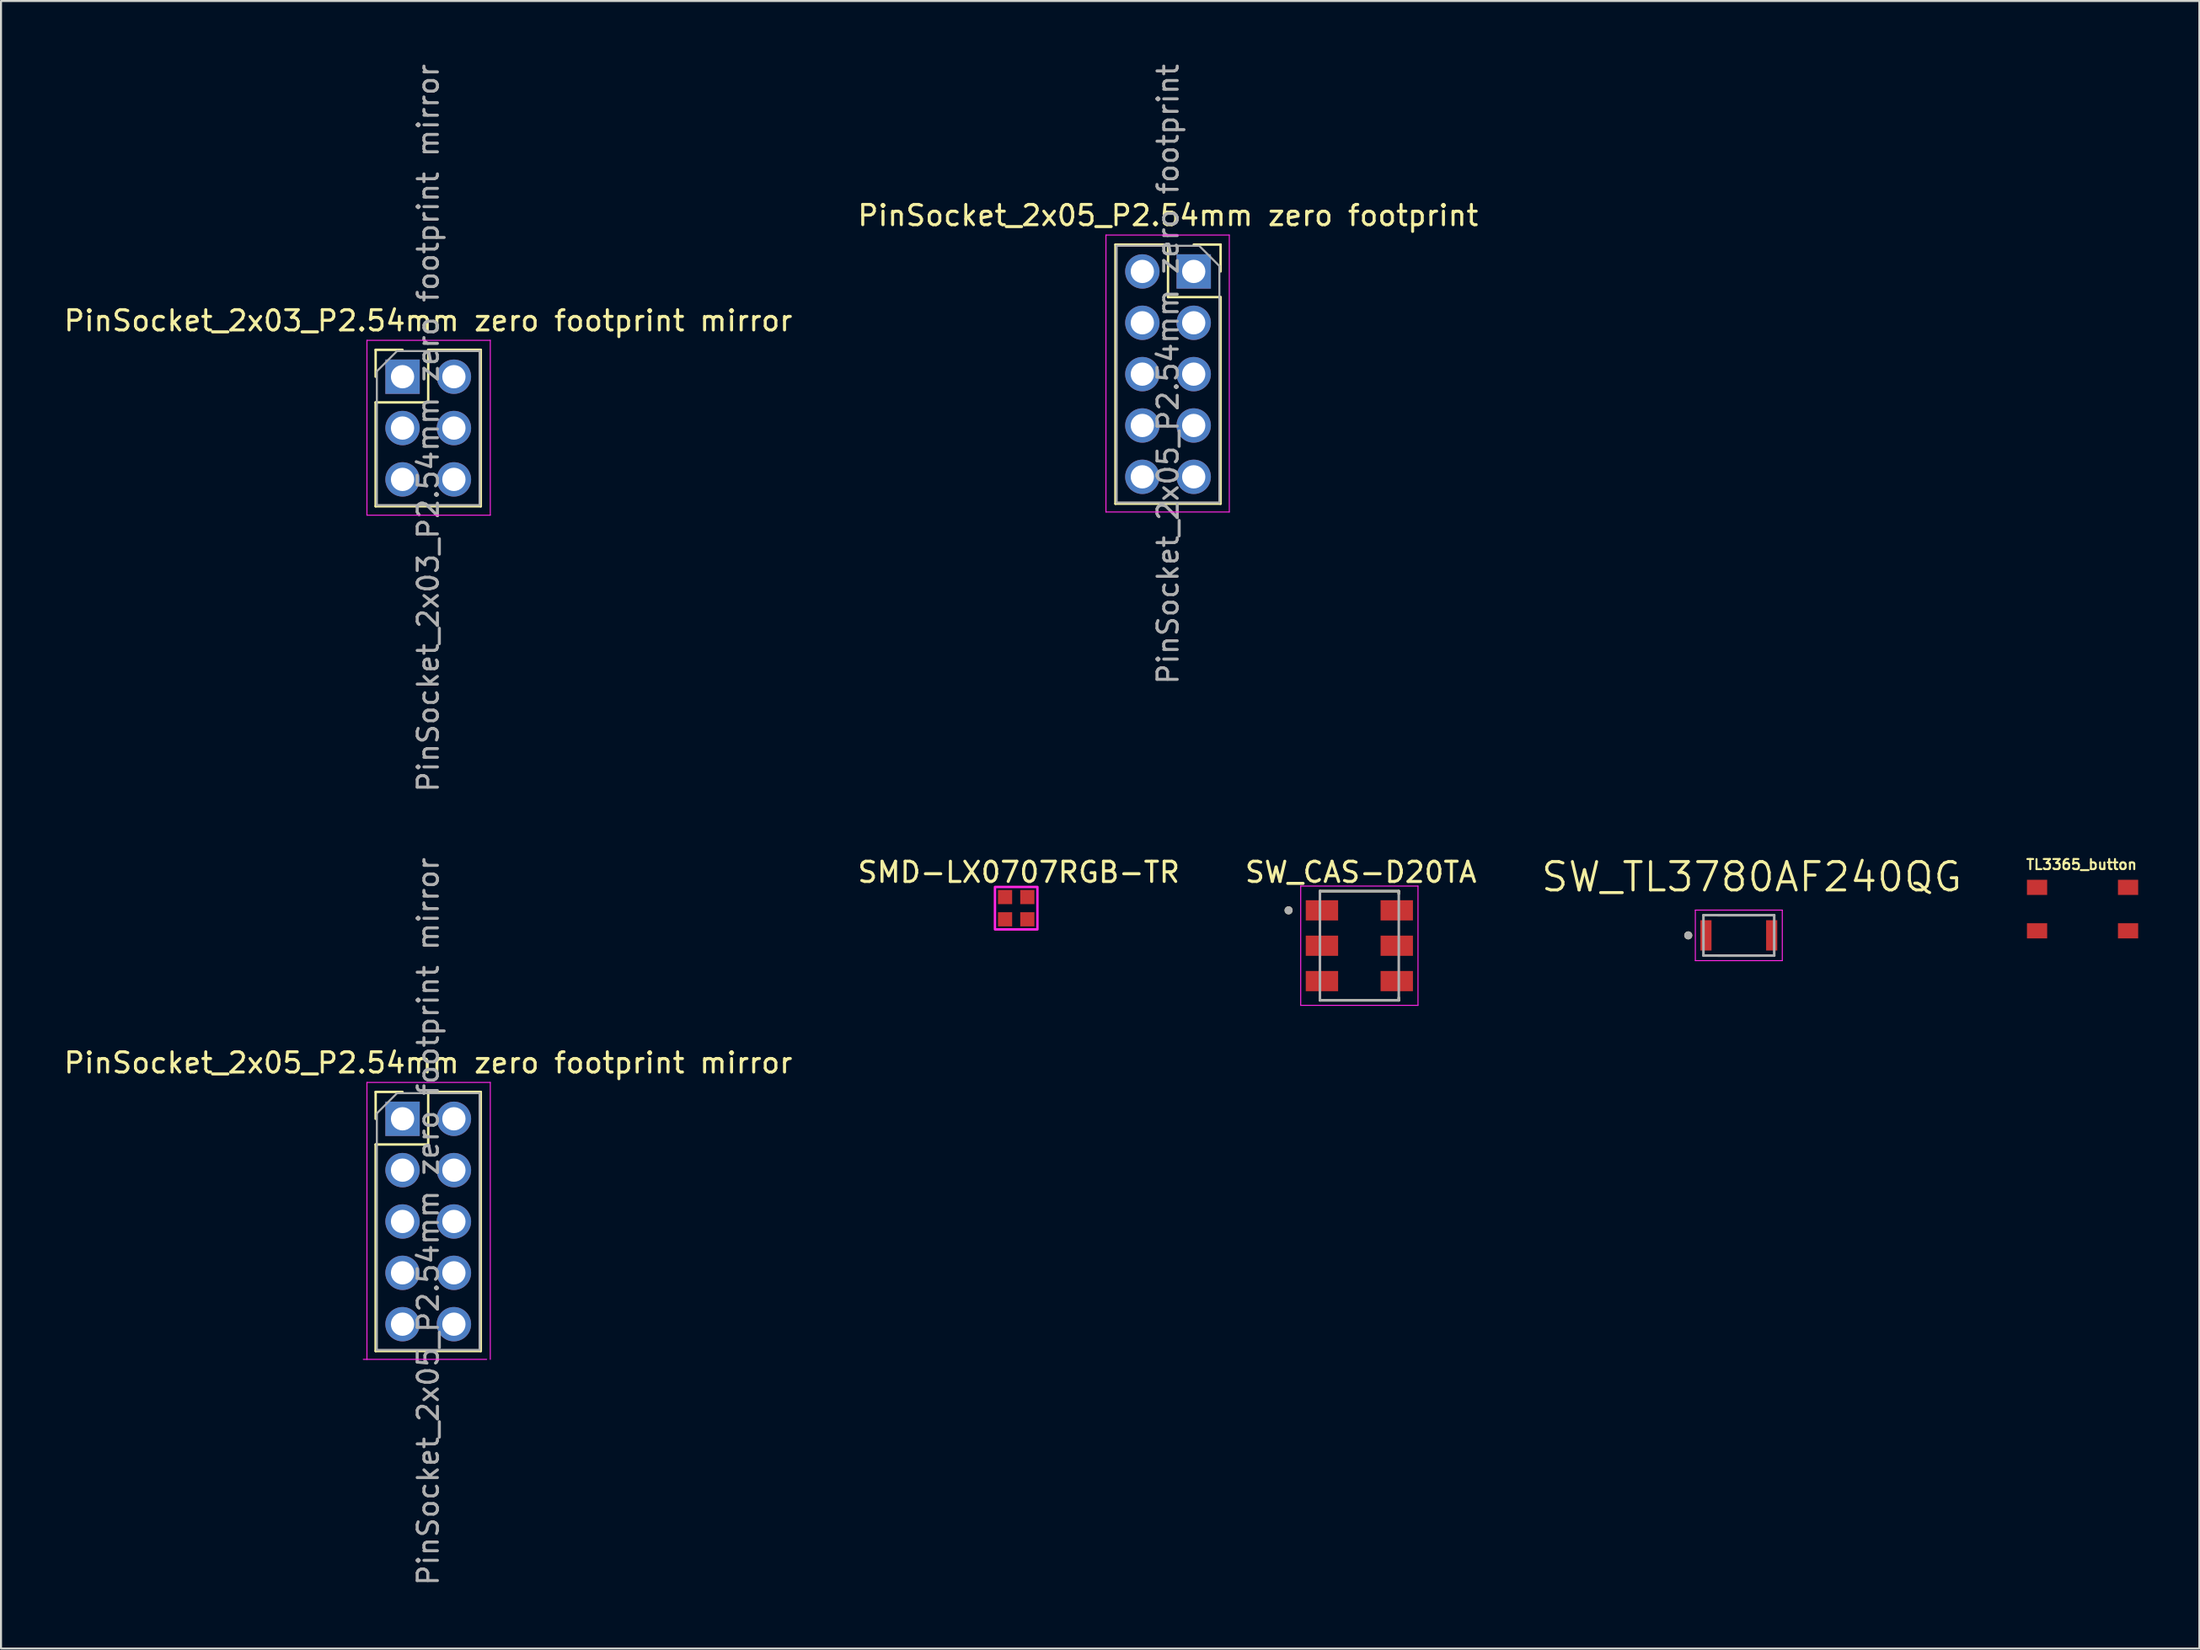
<source format=kicad_pcb>
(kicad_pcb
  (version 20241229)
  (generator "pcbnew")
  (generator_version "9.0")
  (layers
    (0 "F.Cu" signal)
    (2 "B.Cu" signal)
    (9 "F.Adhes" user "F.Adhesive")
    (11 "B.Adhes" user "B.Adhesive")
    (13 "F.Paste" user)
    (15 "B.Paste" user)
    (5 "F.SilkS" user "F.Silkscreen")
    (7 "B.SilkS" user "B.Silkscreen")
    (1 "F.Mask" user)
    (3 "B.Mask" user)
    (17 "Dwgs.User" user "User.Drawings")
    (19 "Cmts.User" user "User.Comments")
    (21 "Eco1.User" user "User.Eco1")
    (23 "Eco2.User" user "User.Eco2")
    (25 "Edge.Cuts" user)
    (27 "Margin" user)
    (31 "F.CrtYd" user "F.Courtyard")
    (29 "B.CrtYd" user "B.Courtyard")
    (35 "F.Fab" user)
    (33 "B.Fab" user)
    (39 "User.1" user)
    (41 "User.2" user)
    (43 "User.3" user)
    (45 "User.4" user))
  (footprint "SW_CAS-D20TA"
    (layer "F.Cu")
    (at 64.169 43.733)
    (property "Reference" "SW_CAS-D20TA" (at 0.075 -3.635 0) (layer "F.SilkS") (effects (font (size 1 1) (thickness 0.15))))
    (attr through_hole)
    (fp_line (start -1.95 -2.57) (end -1.95 -2.7) (stroke (width 0.127) (type solid)) (layer "F.SilkS"))
    (fp_line (start -1.95 2.57) (end -1.95 2.7) (stroke (width 0.127) (type solid)) (layer "F.SilkS"))
    (fp_line (start -1.95 2.7) (end 1.95 2.7) (stroke (width 0.127) (type solid)) (layer "F.SilkS"))
    (fp_line (start 1.95 -2.7) (end -1.95 -2.7) (stroke (width 0.127) (type solid)) (layer "F.SilkS"))
    (fp_line (start 1.95 -2.57) (end 1.95 -2.7) (stroke (width 0.127) (type solid)) (layer "F.SilkS"))
    (fp_line (start 1.95 2.57) (end 1.95 2.7) (stroke (width 0.127) (type solid)) (layer "F.SilkS"))
    (fp_circle (center -3.5 -1.75) (end -3.4 -1.75) (stroke (width 0.2) (type solid)) (fill no) (layer "F.SilkS"))
    (fp_line (start -2.9 -2.95) (end -2.9 2.95) (stroke (width 0.05) (type solid)) (layer "F.CrtYd"))
    (fp_line (start -2.9 2.95) (end 2.9 2.95) (stroke (width 0.05) (type solid)) (layer "F.CrtYd"))
    (fp_line (start 2.9 -2.95) (end -2.9 -2.95) (stroke (width 0.05) (type solid)) (layer "F.CrtYd"))
    (fp_line (start 2.9 2.95) (end 2.9 -2.95) (stroke (width 0.05) (type solid)) (layer "F.CrtYd"))
    (fp_line (start -1.95 -2.7) (end -1.95 2.7) (stroke (width 0.127) (type solid)) (layer "F.Fab"))
    (fp_line (start -1.95 2.7) (end 1.95 2.7) (stroke (width 0.127) (type solid)) (layer "F.Fab"))
    (fp_line (start 1.95 -2.7) (end -1.95 -2.7) (stroke (width 0.127) (type solid)) (layer "F.Fab"))
    (fp_line (start 1.95 2.7) (end 1.95 -2.7) (stroke (width 0.127) (type solid)) (layer "F.Fab"))
    (fp_circle (center -3.5 -1.75) (end -3.4 -1.75) (stroke (width 0.2) (type solid)) (fill no) (layer "F.Fab"))
    (pad "1" smd rect (at -1.85 -1.75) (size 1.6 1) (layers "F.Cu" "F.Mask" "F.Paste"))
    (pad "2" smd rect (at -1.85 0) (size 1.6 1) (layers "F.Cu" "F.Mask" "F.Paste"))
    (pad "3" smd rect (at -1.85 1.75) (size 1.6 1) (layers "F.Cu" "F.Mask" "F.Paste"))
    (pad "4" smd rect (at 1.85 -1.75) (size 1.6 1) (layers "F.Cu" "F.Mask" "F.Paste"))
    (pad "5" smd rect (at 1.85 0) (size 1.6 1) (layers "F.Cu" "F.Mask" "F.Paste"))
    (pad "6" smd rect (at 1.85 1.75) (size 1.6 1) (layers "F.Cu" "F.Mask" "F.Paste")))
  (footprint "SW_TL3780AF240QG"
    (layer "F.Cu")
    (at 82.933 43.221)
    (property "Reference" "SW_TL3780AF240QG" (at 0.635 -2.889 0) (layer "F.SilkS") (effects (font (size 1.4 1.4) (thickness 0.15))))
    (attr smd)
    (fp_line (start -1.036 -1) (end 1.036 -1) (stroke (width 0.127) (type solid)) (layer "F.SilkS"))
    (fp_line (start -1.036 1) (end 1.036 1) (stroke (width 0.127) (type solid)) (layer "F.SilkS"))
    (fp_circle (center -2.5 0) (end -2.4 0) (stroke (width 0.2) (type solid)) (fill no) (layer "F.SilkS"))
    (fp_line (start -2.15 -1.25) (end 2.15 -1.25) (stroke (width 0.05) (type solid)) (layer "F.CrtYd"))
    (fp_line (start -2.15 1.25) (end -2.15 -1.25) (stroke (width 0.05) (type solid)) (layer "F.CrtYd"))
    (fp_line (start 2.15 -1.25) (end 2.15 1.25) (stroke (width 0.05) (type solid)) (layer "F.CrtYd"))
    (fp_line (start 2.15 1.25) (end -2.15 1.25) (stroke (width 0.05) (type solid)) (layer "F.CrtYd"))
    (fp_line (start -1.75 -1) (end 1.75 -1) (stroke (width 0.127) (type solid)) (layer "F.Fab"))
    (fp_line (start -1.75 1) (end -1.75 -1) (stroke (width 0.127) (type solid)) (layer "F.Fab"))
    (fp_line (start 1.75 -1) (end 1.75 1) (stroke (width 0.127) (type solid)) (layer "F.Fab"))
    (fp_line (start 1.75 1) (end -1.75 1) (stroke (width 0.127) (type solid)) (layer "F.Fab"))
    (fp_circle (center -2.5 0) (end -2.4 0) (stroke (width 0.2) (type solid)) (fill no) (layer "F.Fab"))
    (pad "1" smd rect (at -1.625 0) (size 0.55 1.5) (layers "F.Cu" "F.Mask" "F.Paste"))
    (pad "2" smd rect (at 1.625 0) (size 0.55 1.5) (layers "F.Cu" "F.Mask" "F.Paste")))
  (footprint "TL3365_button"
    (layer "F.Cu")
    (at 99.88 41.918)
    (property "Reference" "TL3365_button" (at 0 -2.2 0) (layer "F.SilkS") (effects (font (size 0.5 0.5) (thickness 0.1))))
    (attr through_hole)
    (pad "1" smd rect (at -2.199 1.078) (size 1 0.75) (layers "F.Cu" "F.Mask" "F.Paste"))
    (pad "1" smd rect (at 2.301 1.078) (size 1 0.75) (layers "F.Cu" "F.Mask" "F.Paste"))
    (pad "2" smd rect (at -2.199 -1.072) (size 1 0.75) (layers "F.Cu" "F.Mask" "F.Paste"))
    (pad "2" smd rect (at 2.301 -1.072) (size 1 0.75) (layers "F.Cu" "F.Mask" "F.Paste")))
  (footprint "PinSocket_2x03_P2.54mm zero footprint mirror"
    (layer "F.Cu")
    (at 19.255 15.585)
    (property "Reference" "PinSocket_2x03_P2.54mm zero footprint mirror" (at -1.13 -2.77 0) (layer "F.SilkS") (effects (font (size 1 1) (thickness 0.15))))
    (attr through_hole)
    (fp_line (start -3.73 -1.33) (end -3.73 0) (stroke (width 0.12) (type solid)) (layer "F.SilkS"))
    (fp_line (start -3.73 1.27) (end -3.73 6.41) (stroke (width 0.12) (type solid)) (layer "F.SilkS"))
    (fp_line (start -2.4 -1.33) (end -3.73 -1.33) (stroke (width 0.12) (type solid)) (layer "F.SilkS"))
    (fp_line (start -1.13 -1.33) (end -1.13 1.27) (stroke (width 0.12) (type solid)) (layer "F.SilkS"))
    (fp_line (start -1.13 1.27) (end -3.73 1.27) (stroke (width 0.12) (type solid)) (layer "F.SilkS"))
    (fp_line (start 1.47 -1.33) (end -1.13 -1.33) (stroke (width 0.12) (type solid)) (layer "F.SilkS"))
    (fp_line (start 1.47 -1.33) (end 1.47 6.41) (stroke (width 0.12) (type solid)) (layer "F.SilkS"))
    (fp_line (start 1.47 6.41) (end -3.73 6.41) (stroke (width 0.12) (type solid)) (layer "F.SilkS"))
    (fp_line (start -4.16 -1.8) (end -4.16 6.85) (stroke (width 0.05) (type solid)) (layer "F.CrtYd"))
    (fp_line (start -4.16 6.85) (end 1.94 6.85) (stroke (width 0.05) (type solid)) (layer "F.CrtYd"))
    (fp_line (start 1.94 -1.8) (end -4.16 -1.8) (stroke (width 0.05) (type solid)) (layer "F.CrtYd"))
    (fp_line (start 1.94 6.85) (end 1.94 -1.8) (stroke (width 0.05) (type solid)) (layer "F.CrtYd"))
    (fp_line (start -3.67 -0.27) (end -3.67 6.35) (stroke (width 0.1) (type solid)) (layer "F.Fab"))
    (fp_line (start -3.67 6.35) (end 1.41 6.35) (stroke (width 0.1) (type solid)) (layer "F.Fab"))
    (fp_line (start -2.67 -1.27) (end -3.67 -0.27) (stroke (width 0.1) (type solid)) (layer "F.Fab"))
    (fp_line (start 1.41 -1.27) (end -2.67 -1.27) (stroke (width 0.1) (type solid)) (layer "F.Fab"))
    (fp_line (start 1.41 6.35) (end 1.41 -1.27) (stroke (width 0.1) (type solid)) (layer "F.Fab"))
    (fp_text user "${REFERENCE}" (at -1.13 2.54 90) (layer "F.Fab") (effects (font (size 1 1) (thickness 0.15))))
    (pad "1" thru_hole rect (at -2.4 0) (size 1.7 1.7) (drill 1.15) (layers "*.Cu" "*.Mask"))
    (pad "2" thru_hole oval (at 0.14 0) (size 1.7 1.7) (drill 1.15) (layers "*.Cu" "*.Mask"))
    (pad "3" thru_hole oval (at -2.4 2.54) (size 1.7 1.7) (drill 1.15) (layers "*.Cu" "*.Mask"))
    (pad "4" thru_hole oval (at 0.14 2.54) (size 1.7 1.7) (drill 1.15) (layers "*.Cu" "*.Mask"))
    (pad "5" thru_hole oval (at -2.4 5.08) (size 1.7 1.7) (drill 1.15) (layers "*.Cu" "*.Mask"))
    (pad "6" thru_hole oval (at 0.14 5.08) (size 1.7 1.7) (drill 1.15) (layers "*.Cu" "*.Mask")))
  (footprint "PinSocket_2x05_P2.54mm zero footprint mirror"
    (layer "F.Cu")
    (at 19.255 52.295)
    (property "Reference" "PinSocket_2x05_P2.54mm zero footprint mirror" (at -1.13 -2.77 0) (layer "F.SilkS") (effects (font (size 1 1) (thickness 0.15))))
    (attr through_hole)
    (fp_line (start -3.73 -1.33) (end -3.73 0) (stroke (width 0.12) (type solid)) (layer "F.SilkS"))
    (fp_line (start -3.73 1.27) (end -3.73 11.49) (stroke (width 0.12) (type solid)) (layer "F.SilkS"))
    (fp_line (start -2.4 -1.33) (end -3.73 -1.33) (stroke (width 0.12) (type solid)) (layer "F.SilkS"))
    (fp_line (start -1.13 -1.33) (end -1.13 1.27) (stroke (width 0.12) (type solid)) (layer "F.SilkS"))
    (fp_line (start -1.13 1.27) (end -3.73 1.27) (stroke (width 0.12) (type solid)) (layer "F.SilkS"))
    (fp_line (start 1.47 -1.33) (end -1.13 -1.33) (stroke (width 0.12) (type solid)) (layer "F.SilkS"))
    (fp_line (start 1.47 -1.33) (end 1.47 11.49) (stroke (width 0.12) (type solid)) (layer "F.SilkS"))
    (fp_line (start 1.47 11.49) (end -3.73 11.49) (stroke (width 0.12) (type solid)) (layer "F.SilkS"))
    (fp_line (start -4.16 -1.8) (end -4.16 11.9) (stroke (width 0.05) (type solid)) (layer "F.CrtYd"))
    (fp_line (start 1.76 11.9) (end -4.34 11.9) (stroke (width 0.05) (type solid)) (layer "F.CrtYd"))
    (fp_line (start 1.94 -1.8) (end -4.16 -1.8) (stroke (width 0.05) (type solid)) (layer "F.CrtYd"))
    (fp_line (start 1.94 11.9) (end 1.94 -1.8) (stroke (width 0.05) (type solid)) (layer "F.CrtYd"))
    (fp_line (start -3.67 -0.27) (end -3.67 11.43) (stroke (width 0.1) (type solid)) (layer "F.Fab"))
    (fp_line (start -3.67 11.43) (end 1.41 11.43) (stroke (width 0.1) (type solid)) (layer "F.Fab"))
    (fp_line (start -2.67 -1.27) (end -3.67 -0.27) (stroke (width 0.1) (type solid)) (layer "F.Fab"))
    (fp_line (start 1.41 -1.27) (end -2.67 -1.27) (stroke (width 0.1) (type solid)) (layer "F.Fab"))
    (fp_line (start 1.41 11.43) (end 1.41 -1.27) (stroke (width 0.1) (type solid)) (layer "F.Fab"))
    (fp_text user "${REFERENCE}" (at -1.13 5.08 90) (layer "F.Fab") (effects (font (size 1 1) (thickness 0.15))))
    (pad "1" thru_hole rect (at -2.4 0) (size 1.7 1.7) (drill 1.15) (layers "*.Cu" "*.Mask"))
    (pad "2" thru_hole oval (at 0.14 0) (size 1.7 1.7) (drill 1.15) (layers "*.Cu" "*.Mask"))
    (pad "3" thru_hole oval (at -2.4 2.54) (size 1.7 1.7) (drill 1.15) (layers "*.Cu" "*.Mask"))
    (pad "4" thru_hole oval (at 0.14 2.54) (size 1.7 1.7) (drill 1.15) (layers "*.Cu" "*.Mask"))
    (pad "5" thru_hole oval (at -2.4 5.08) (size 1.7 1.7) (drill 1.15) (layers "*.Cu" "*.Mask"))
    (pad "6" thru_hole oval (at 0.14 5.08) (size 1.7 1.7) (drill 1.15) (layers "*.Cu" "*.Mask"))
    (pad "7" thru_hole oval (at -2.4 7.62) (size 1.7 1.7) (drill 1.15) (layers "*.Cu" "*.Mask"))
    (pad "8" thru_hole oval (at 0.14 7.62) (size 1.7 1.7) (drill 1.15) (layers "*.Cu" "*.Mask"))
    (pad "9" thru_hole oval (at -2.4 10.16) (size 1.7 1.7) (drill 1.15) (layers "*.Cu" "*.Mask"))
    (pad "10" thru_hole oval (at 0.14 10.16) (size 1.7 1.7) (drill 1.15) (layers "*.Cu" "*.Mask")))
  (footprint "PinSocket_2x05_P2.54mm zero footprint"
    (layer "F.Cu")
    (at 55.978 10.378)
    (property "Reference" "PinSocket_2x05_P2.54mm zero footprint" (at -1.27 -2.77 0) (layer "F.SilkS") (effects (font (size 1 1) (thickness 0.15))))
    (attr through_hole)
    (fp_line (start -3.87 -1.33) (end -3.87 11.49) (stroke (width 0.12) (type solid)) (layer "F.SilkS"))
    (fp_line (start -3.87 -1.33) (end -1.27 -1.33) (stroke (width 0.12) (type solid)) (layer "F.SilkS"))
    (fp_line (start -3.87 11.49) (end 1.33 11.49) (stroke (width 0.12) (type solid)) (layer "F.SilkS"))
    (fp_line (start -1.27 -1.33) (end -1.27 1.27) (stroke (width 0.12) (type solid)) (layer "F.SilkS"))
    (fp_line (start -1.27 1.27) (end 1.33 1.27) (stroke (width 0.12) (type solid)) (layer "F.SilkS"))
    (fp_line (start 0 -1.33) (end 1.33 -1.33) (stroke (width 0.12) (type solid)) (layer "F.SilkS"))
    (fp_line (start 1.33 -1.33) (end 1.33 0) (stroke (width 0.12) (type solid)) (layer "F.SilkS"))
    (fp_line (start 1.33 1.27) (end 1.33 11.49) (stroke (width 0.12) (type solid)) (layer "F.SilkS"))
    (fp_line (start -4.34 -1.8) (end 1.76 -1.8) (stroke (width 0.05) (type solid)) (layer "F.CrtYd"))
    (fp_line (start -4.34 11.9) (end -4.34 -1.8) (stroke (width 0.05) (type solid)) (layer "F.CrtYd"))
    (fp_line (start 1.76 -1.8) (end 1.76 11.9) (stroke (width 0.05) (type solid)) (layer "F.CrtYd"))
    (fp_line (start 1.76 11.9) (end -4.34 11.9) (stroke (width 0.05) (type solid)) (layer "F.CrtYd"))
    (fp_line (start -3.81 -1.27) (end 0.27 -1.27) (stroke (width 0.1) (type solid)) (layer "F.Fab"))
    (fp_line (start -3.81 11.43) (end -3.81 -1.27) (stroke (width 0.1) (type solid)) (layer "F.Fab"))
    (fp_line (start 0.27 -1.27) (end 1.27 -0.27) (stroke (width 0.1) (type solid)) (layer "F.Fab"))
    (fp_line (start 1.27 -0.27) (end 1.27 11.43) (stroke (width 0.1) (type solid)) (layer "F.Fab"))
    (fp_line (start 1.27 11.43) (end -3.81 11.43) (stroke (width 0.1) (type solid)) (layer "F.Fab"))
    (fp_text user "${REFERENCE}" (at -1.27 5.08 90) (layer "F.Fab") (effects (font (size 1 1) (thickness 0.15))))
    (pad "1" thru_hole rect (at 0 0) (size 1.7 1.7) (drill 1.15) (layers "*.Cu" "*.Mask"))
    (pad "2" thru_hole oval (at -2.54 0) (size 1.7 1.7) (drill 1.15) (layers "*.Cu" "*.Mask"))
    (pad "3" thru_hole oval (at 0 2.54) (size 1.7 1.7) (drill 1.15) (layers "*.Cu" "*.Mask"))
    (pad "4" thru_hole oval (at -2.54 2.54) (size 1.7 1.7) (drill 1.15) (layers "*.Cu" "*.Mask"))
    (pad "5" thru_hole oval (at 0 5.08) (size 1.7 1.7) (drill 1.15) (layers "*.Cu" "*.Mask"))
    (pad "6" thru_hole oval (at -2.54 5.08) (size 1.7 1.7) (drill 1.15) (layers "*.Cu" "*.Mask"))
    (pad "7" thru_hole oval (at 0 7.62) (size 1.7 1.7) (drill 1.15) (layers "*.Cu" "*.Mask"))
    (pad "8" thru_hole oval (at -2.54 7.62) (size 1.7 1.7) (drill 1.15) (layers "*.Cu" "*.Mask"))
    (pad "9" thru_hole oval (at 0 10.16) (size 1.7 1.7) (drill 1.15) (layers "*.Cu" "*.Mask"))
    (pad "10" thru_hole oval (at -2.54 10.16) (size 1.7 1.7) (drill 1.15) (layers "*.Cu" "*.Mask")))
  (footprint "SMD-LX0707RGB-TR"
    (layer "F.Cu")
    (at 47.2 41.876)
    (property "Reference" "SMD-LX0707RGB-TR" (at 0.127 -1.778 0) (unlocked yes) (layer "F.SilkS") (effects (font (size 1 1) (thickness 0.15))))
    (attr smd)
    (fp_rect (start -1.05 -1.05) (end 1.05 1.05) (stroke (width 0.12) (type solid)) (fill no) (layer "F.CrtYd"))
    (pad "1" smd rect (at 0.55 -0.55) (size 0.7 0.7) (layers "F.Cu" "F.Mask" "F.Paste"))
    (pad "2" smd rect (at 0.55 0.55) (size 0.7 0.7) (layers "F.Cu" "F.Mask" "F.Paste"))
    (pad "3" smd rect (at -0.55 0.55) (size 0.7 0.7) (layers "F.Cu" "F.Mask" "F.Paste"))
    (pad "4" smd rect (at -0.55 -0.55) (size 0.7 0.7) (layers "F.Cu" "F.Mask" "F.Paste")))
  (gr_rect
    (start -3 -3)
    (end 105.706 78.5)
    (stroke (width 0.1) (type default))
    (fill no)
    (layer "Edge.Cuts")))
</source>
